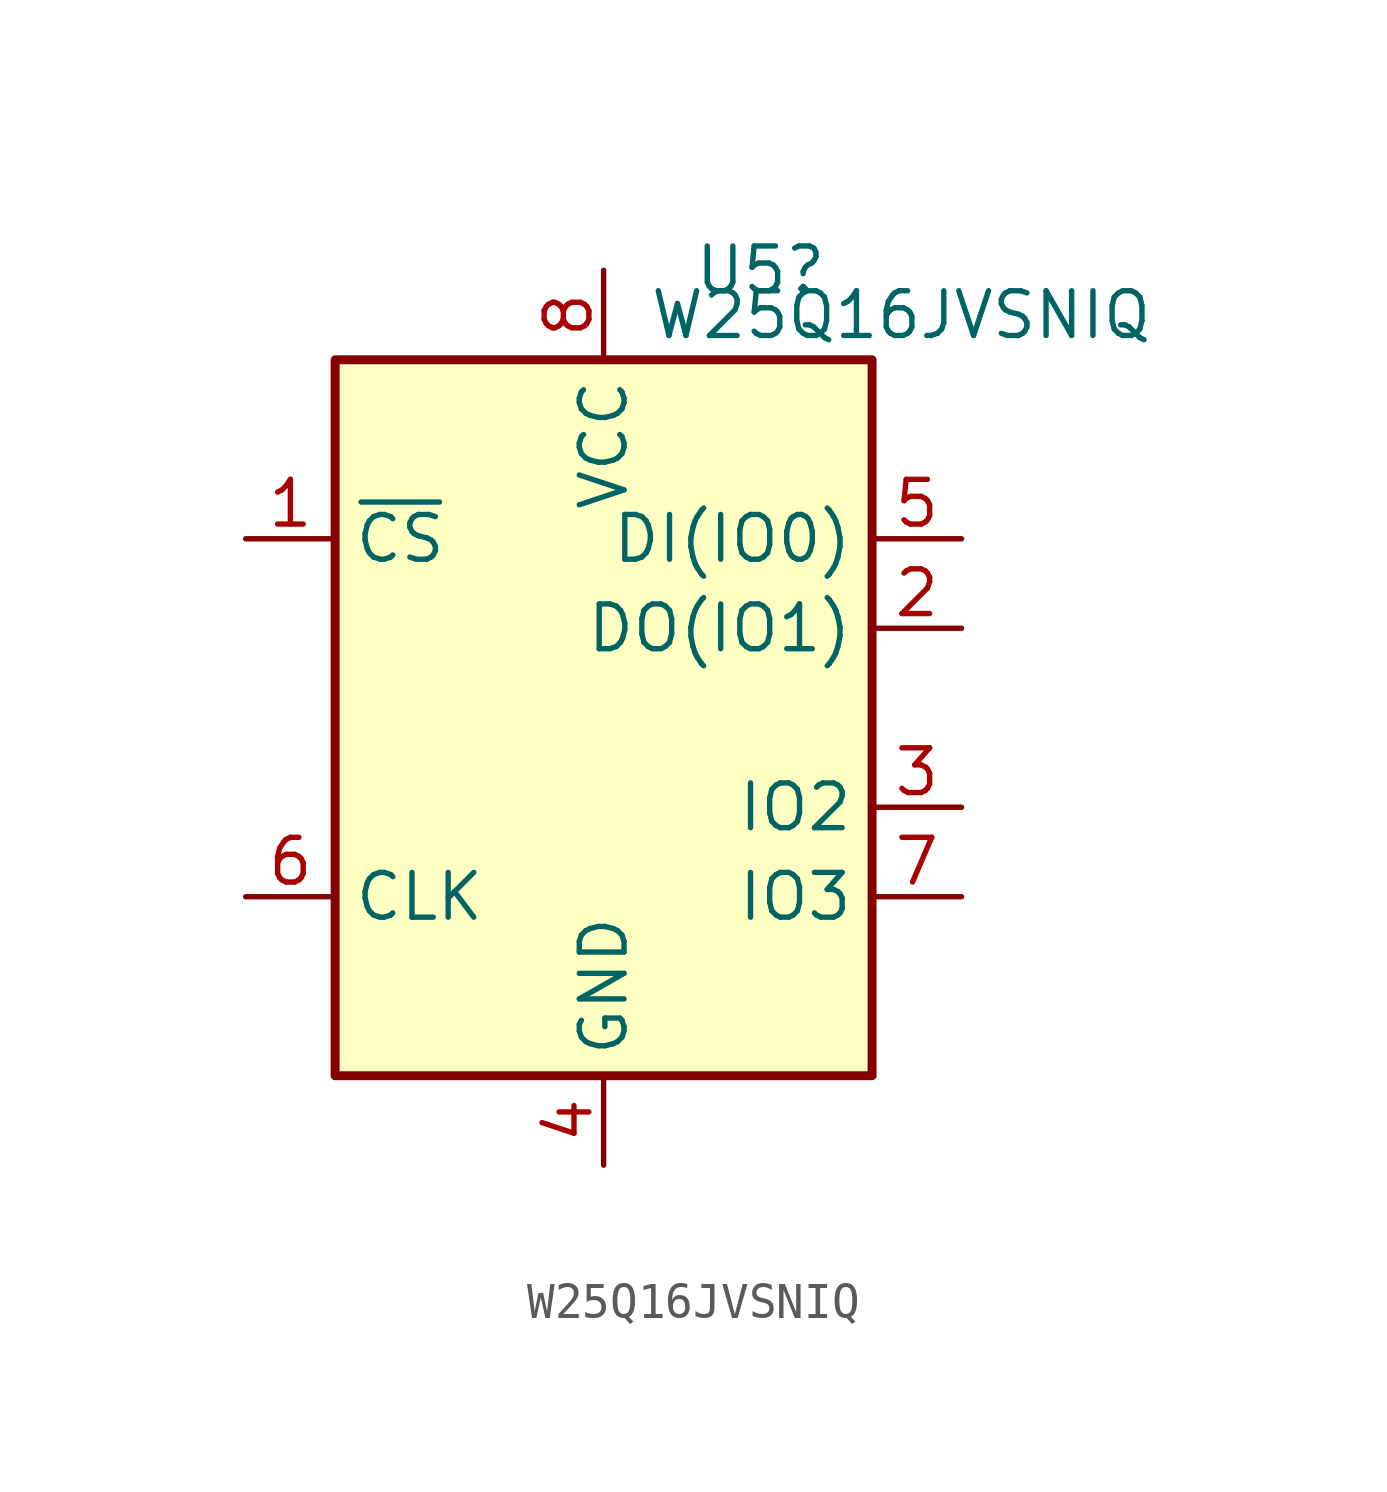
<source format=kicad_sym>
(kicad_symbol_lib
  (version 20231120)
  (generator "kicad_symbol_editor")
  (generator_version "8.0")
  (symbol "W25Q16JVSNIQ"
    (property "Reference" "U5"
      (at 2.54 12.7 0)
      (effects (font (size 1.27 1.27)) (justify left)))
    (property "Value" "W25Q16JVSNIQ"
      (at 1.27 11.43 0)
      (effects (font (size 1.27 1.27)) (justify left)))
    (symbol "W25Q16JVSNIQ_0_1"
      (rectangle (start -7.62 10.16) (end 7.62 -10.16) (stroke (width 0.254) (type default)) (fill (type background))))
    (symbol "W25Q16JVSNIQ_1_1"
      (pin input line (at -10.16 5.08 0) (length 2.54) (name "~{CS}" (effects (font (size 1.27 1.27)))) (number "1" (effects (font (size 1.27 1.27)))))
      (pin bidirectional line (at 10.16 2.54 180) (length 2.54) (name "DO(IO1)" (effects (font (size 1.27 1.27)))) (number "2" (effects (font (size 1.27 1.27)))))
      (pin bidirectional line (at 10.16 -2.54 180) (length 2.54) (name "IO2" (effects (font (size 1.27 1.27)))) (number "3" (effects (font (size 1.27 1.27)))))
      (pin power_in line (at 0 -12.7 90) (length 2.54) (name "GND" (effects (font (size 1.27 1.27)))) (number "4" (effects (font (size 1.27 1.27)))))
      (pin bidirectional line (at 10.16 5.08 180) (length 2.54) (name "DI(IO0)" (effects (font (size 1.27 1.27)))) (number "5" (effects (font (size 1.27 1.27)))))
      (pin input line (at -10.16 -5.08 0) (length 2.54) (name "CLK" (effects (font (size 1.27 1.27)))) (number "6" (effects (font (size 1.27 1.27)))))
      (pin bidirectional line (at 10.16 -5.08 180) (length 2.54) (name "IO3" (effects (font (size 1.27 1.27)))) (number "7" (effects (font (size 1.27 1.27)))))
      (pin power_in line (at 0 12.7 270) (length 2.54) (name "VCC" (effects (font (size 1.27 1.27)))) (number "8" (effects (font (size 1.27 1.27))))))))
</source>
